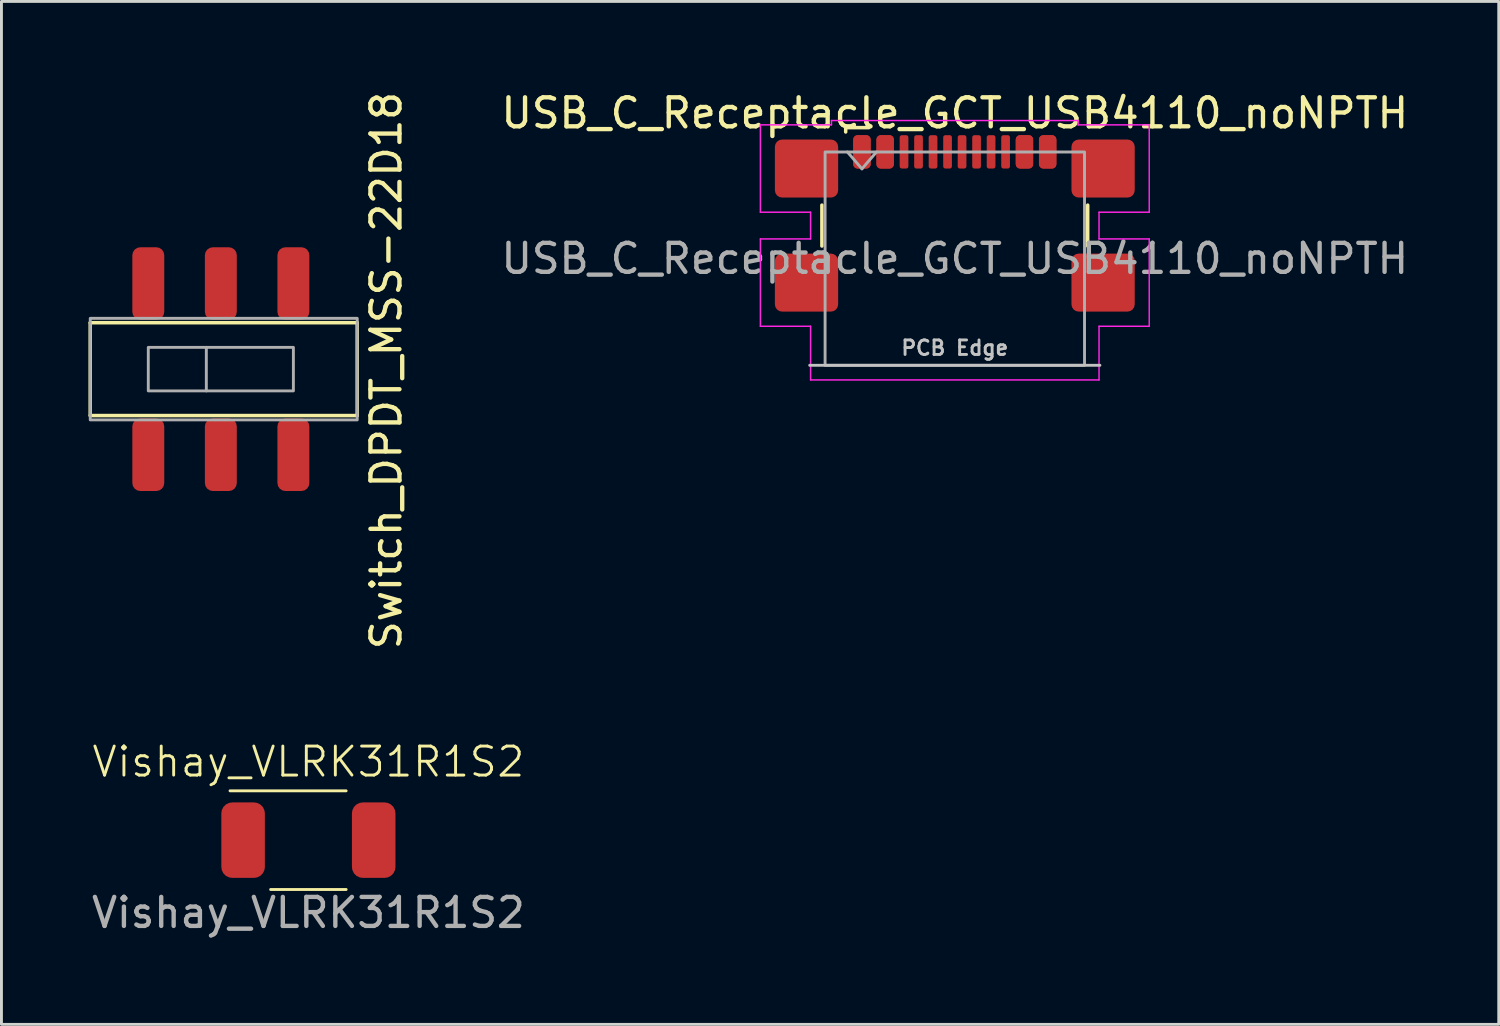
<source format=kicad_pcb>
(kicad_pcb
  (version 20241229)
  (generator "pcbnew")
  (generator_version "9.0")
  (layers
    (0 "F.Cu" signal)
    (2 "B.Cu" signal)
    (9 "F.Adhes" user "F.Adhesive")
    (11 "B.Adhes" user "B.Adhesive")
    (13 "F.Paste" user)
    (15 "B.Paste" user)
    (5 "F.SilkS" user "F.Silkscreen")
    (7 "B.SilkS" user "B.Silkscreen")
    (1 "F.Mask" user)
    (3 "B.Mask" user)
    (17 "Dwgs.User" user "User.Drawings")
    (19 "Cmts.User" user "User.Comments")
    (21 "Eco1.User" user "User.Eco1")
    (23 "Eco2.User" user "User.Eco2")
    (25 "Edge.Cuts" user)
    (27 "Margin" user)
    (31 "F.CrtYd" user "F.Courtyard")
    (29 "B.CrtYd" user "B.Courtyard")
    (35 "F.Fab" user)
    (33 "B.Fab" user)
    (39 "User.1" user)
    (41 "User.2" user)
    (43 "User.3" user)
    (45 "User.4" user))
  (footprint "Vishay_VLRK31R1S2"
    (layer "F.Cu")
    (at 7.577 25.901)
    (property "Reference" "Vishay_VLRK31R1S2" (at 0 -2.7 0) (unlocked yes) (layer "F.SilkS") (effects (font (size 1 1) (thickness 0.1))))
    (attr smd)
    (fp_circle (center 0 0) (end 1.2 0) (stroke (width 0.1) (type solid)) (fill yes) (layer "F.Mask"))
    (fp_circle (center 0 0) (end 1.2 0) (stroke (width 0.1) (type solid)) (fill yes) (layer "B.Mask"))
    (fp_line (start -2.7 -1.7) (end 1.3 -1.7) (stroke (width 0.1) (type default)) (layer "F.SilkS"))
    (fp_line (start 1.3 1.7) (end -1.3 1.7) (stroke (width 0.1) (type default)) (layer "F.SilkS"))
    (fp_text user "${REFERENCE}" (at 0 2.5 0) (unlocked yes) (layer "F.Fab") (effects (font (size 1 1) (thickness 0.15))))
    (pad "1" smd roundrect (at -2.25 0) (size 1.5 2.6) (layers "F.Cu" "F.Mask" "F.Paste") (roundrect_rratio 0.25))
    (pad "2" smd roundrect (at 2.25 0) (size 1.5 2.6) (layers "F.Cu" "F.Mask" "F.Paste") (roundrect_rratio 0.25))
    (zone (net_name "") (layers "F.Cu" "B.Cu") (hatch edge 0.5) (connect_pads) (min_thickness 0.25) (filled_areas_thickness no) (keepout (tracks allowed) (vias allowed) (pads allowed) (copperpour not_allowed) (footprints allowed)) (placement (enabled no)) (fill) (polygon (pts (xy 9.172 25.775) (xy 9.133 25.527) (xy 9.056 25.289) (xy 8.942 25.065) (xy 8.794 24.862) (xy 8.616 24.684) (xy 8.413 24.537) (xy 8.19 24.423) (xy 7.951 24.345) (xy 7.703 24.306) (xy 7.452 24.306) (xy 7.204 24.345) (xy 6.965 24.423) (xy 6.741 24.537) (xy 6.538 24.684) (xy 6.361 24.862) (xy 6.213 25.065) (xy 6.099 25.289) (xy 6.022 25.527) (xy 5.982 25.775) (xy 5.982 26.027) (xy 6.022 26.274) (xy 6.099 26.513) (xy 6.213 26.737) (xy 6.361 26.94) (xy 6.538 27.118) (xy 6.741 27.265) (xy 6.965 27.379) (xy 7.204 27.457) (xy 7.452 27.496) (xy 7.703 27.496) (xy 7.951 27.457) (xy 8.19 27.379) (xy 8.413 27.265) (xy 8.616 27.118) (xy 8.794 26.94) (xy 8.942 26.737) (xy 9.056 26.513) (xy 9.133 26.274) (xy 9.172 26.027)))))
  (footprint "Switch_DPDT_MSS-22D18"
    (layer "F.Cu")
    (at 2.06 6.72)
    (property "Reference" "Switch_DPDT_MSS-22D18" (at 8.2 3 90) (unlocked yes) (layer "F.SilkS") (effects (font (size 1 1) (thickness 0.15))))
    (attr smd)
    (fp_line (start -2 4.55) (end -2 1.35) (stroke (width 0.12) (type solid)) (layer "F.SilkS"))
    (fp_line (start 7.2 1.35) (end -2 1.35) (stroke (width 0.12) (type solid)) (layer "F.SilkS"))
    (fp_line (start 7.2 1.35) (end 7.2 4.55) (stroke (width 0.12) (type solid)) (layer "F.SilkS"))
    (fp_line (start 7.2 4.55) (end -2 4.55) (stroke (width 0.12) (type solid)) (layer "F.SilkS"))
    (fp_line (start 2 3.7) (end 2 2.2) (stroke (width 0.1) (type solid)) (layer "F.Fab"))
    (fp_rect (start -2 1.2) (end 7.2 4.7) (stroke (width 0.1) (type solid)) (fill no) (layer "F.Fab"))
    (fp_rect (start 0 2.2) (end 5 3.7) (stroke (width 0.1) (type solid)) (fill no) (layer "F.Fab"))
    (pad "1" smd roundrect (at 0 0) (size 1.1 2.5) (layers "F.Cu" "F.Mask" "F.Paste") (roundrect_rratio 0.25))
    (pad "2" smd roundrect (at 2.5 0) (size 1.1 2.5) (layers "F.Cu" "F.Mask" "F.Paste") (roundrect_rratio 0.25))
    (pad "3" smd roundrect (at 5 0) (size 1.1 2.5) (layers "F.Cu" "F.Mask" "F.Paste") (roundrect_rratio 0.25))
    (pad "4" smd roundrect (at 0 5.9) (size 1.1 2.5) (layers "F.Cu" "F.Mask" "F.Paste") (roundrect_rratio 0.25))
    (pad "5" smd roundrect (at 2.5 5.9) (size 1.1 2.5) (layers "F.Cu" "F.Mask" "F.Paste") (roundrect_rratio 0.25))
    (pad "6" smd roundrect (at 5 5.9) (size 1.1 2.5) (layers "F.Cu" "F.Mask" "F.Paste") (roundrect_rratio 0.25)))
  (footprint "USB_C_Receptacle_GCT_USB4110_noNPTH"
    (layer "F.Cu")
    (at 29.852 5.863)
    (property "Reference" "USB_C_Receptacle_GCT_USB4110_noNPTH" (at 0 -5.015 0) (unlocked yes) (layer "F.SilkS") (effects (font (size 1 1) (thickness 0.15))))
    (attr smd)
    (fp_line (start -4.58 -0.435) (end -4.58 -1.845) (stroke (width 0.12) (type default)) (layer "F.SilkS"))
    (fp_line (start -3.76 -4.515) (end -3.76 -4.365) (stroke (width 0.12) (type default)) (layer "F.SilkS"))
    (fp_line (start -2.96 -4.515) (end -3.76 -4.515) (stroke (width 0.12) (type default)) (layer "F.SilkS"))
    (fp_line (start 4.58 -0.435) (end 4.58 -1.845) (stroke (width 0.12) (type default)) (layer "F.SilkS"))
    (fp_line (start -5 3.675) (end 5 3.675) (stroke (width 0.1) (type default)) (layer "Dwgs.User"))
    (fp_line (start -6.7 -4.61) (end -4.25 -4.61) (stroke (width 0.05) (type default)) (layer "F.CrtYd"))
    (fp_line (start -6.7 -1.6) (end -6.7 -4.61) (stroke (width 0.05) (type default)) (layer "F.CrtYd"))
    (fp_line (start -6.7 -0.68) (end -4.97 -0.68) (stroke (width 0.05) (type default)) (layer "F.CrtYd"))
    (fp_line (start -6.7 2.33) (end -6.7 -0.68) (stroke (width 0.05) (type default)) (layer "F.CrtYd"))
    (fp_line (start -4.97 -1.6) (end -6.7 -1.6) (stroke (width 0.05) (type default)) (layer "F.CrtYd"))
    (fp_line (start -4.97 -0.68) (end -4.97 -1.6) (stroke (width 0.05) (type default)) (layer "F.CrtYd"))
    (fp_line (start -4.97 2.33) (end -6.7 2.33) (stroke (width 0.05) (type default)) (layer "F.CrtYd"))
    (fp_line (start -4.97 4.18) (end -4.97 2.33) (stroke (width 0.05) (type default)) (layer "F.CrtYd"))
    (fp_line (start -4.25 -4.76) (end 4.25 -4.76) (stroke (width 0.05) (type default)) (layer "F.CrtYd"))
    (fp_line (start -4.25 -4.61) (end -4.25 -4.76) (stroke (width 0.05) (type default)) (layer "F.CrtYd"))
    (fp_line (start 4.25 -4.76) (end 4.25 -4.61) (stroke (width 0.05) (type default)) (layer "F.CrtYd"))
    (fp_line (start 4.25 -4.61) (end 6.7 -4.61) (stroke (width 0.05) (type default)) (layer "F.CrtYd"))
    (fp_line (start 4.97 -1.6) (end 4.97 -0.68) (stroke (width 0.05) (type default)) (layer "F.CrtYd"))
    (fp_line (start 4.97 -0.68) (end 6.7 -0.68) (stroke (width 0.05) (type default)) (layer "F.CrtYd"))
    (fp_line (start 4.97 2.33) (end 4.97 4.18) (stroke (width 0.05) (type default)) (layer "F.CrtYd"))
    (fp_line (start 4.97 4.18) (end -4.97 4.18) (stroke (width 0.05) (type default)) (layer "F.CrtYd"))
    (fp_line (start 6.7 -4.61) (end 6.7 -1.6) (stroke (width 0.05) (type default)) (layer "F.CrtYd"))
    (fp_line (start 6.7 -1.6) (end 4.97 -1.6) (stroke (width 0.05) (type default)) (layer "F.CrtYd"))
    (fp_line (start 6.7 -0.68) (end 6.7 2.33) (stroke (width 0.05) (type default)) (layer "F.CrtYd"))
    (fp_line (start 6.7 2.33) (end 4.97 2.33) (stroke (width 0.05) (type default)) (layer "F.CrtYd"))
    (fp_line (start -3.7 -3.675) (end -3.2 -3.095) (stroke (width 0.1) (type default)) (layer "F.Fab"))
    (fp_line (start -3.2 -3.095) (end -2.7 -3.675) (stroke (width 0.1) (type default)) (layer "F.Fab"))
    (fp_rect (start -4.47 -3.675) (end 4.47 3.675) (stroke (width 0.1) (type default)) (fill no) (layer "F.Fab"))
    (fp_text user "PCB Edge" (at 0 3.075 0) (unlocked yes) (layer "Dwgs.User") (effects (font (size 0.5 0.5) (thickness 0.1) (bold yes))))
    (fp_text user "${REFERENCE}" (at 0 0 0) (unlocked yes) (layer "F.Fab") (effects (font (size 1 1) (thickness 0.15))))
    (pad "A1" smd roundrect (at -3.2 -3.68) (size 0.6 1.15) (layers "F.Cu" "F.Mask" "F.Paste") (roundrect_rratio 0.25))
    (pad "A4" smd roundrect (at -2.4 -3.68) (size 0.6 1.15) (layers "F.Cu" "F.Mask" "F.Paste") (roundrect_rratio 0.25))
    (pad "A5" smd roundrect (at -1.25 -3.68) (size 0.3 1.15) (layers "F.Cu" "F.Mask" "F.Paste") (roundrect_rratio 0.25))
    (pad "A6" smd roundrect (at -0.25 -3.68) (size 0.3 1.15) (layers "F.Cu" "F.Mask" "F.Paste") (roundrect_rratio 0.25))
    (pad "A7" smd roundrect (at 0.25 -3.68) (size 0.3 1.15) (layers "F.Cu" "F.Mask" "F.Paste") (roundrect_rratio 0.25))
    (pad "A8" smd roundrect (at 1.25 -3.68) (size 0.3 1.15) (layers "F.Cu" "F.Mask" "F.Paste") (roundrect_rratio 0.25))
    (pad "A9" smd roundrect (at 2.4 -3.68) (size 0.6 1.15) (layers "F.Cu" "F.Mask" "F.Paste") (roundrect_rratio 0.25))
    (pad "A12" smd roundrect (at 3.2 -3.68) (size 0.6 1.15) (layers "F.Cu" "F.Mask" "F.Paste") (roundrect_rratio 0.25))
    (pad "B1" smd roundrect (at 3.2 -3.68) (size 0.6 1.15) (layers "F.Cu" "F.Mask" "F.Paste") (roundrect_rratio 0.25))
    (pad "B4" smd roundrect (at 2.4 -3.68) (size 0.6 1.15) (layers "F.Cu" "F.Mask" "F.Paste") (roundrect_rratio 0.25))
    (pad "B5" smd roundrect (at 1.75 -3.68) (size 0.3 1.15) (layers "F.Cu" "F.Mask" "F.Paste") (roundrect_rratio 0.25))
    (pad "B6" smd roundrect (at 0.75 -3.68) (size 0.3 1.15) (layers "F.Cu" "F.Mask" "F.Paste") (roundrect_rratio 0.25))
    (pad "B7" smd roundrect (at -0.75 -3.68) (size 0.3 1.15) (layers "F.Cu" "F.Mask" "F.Paste") (roundrect_rratio 0.25))
    (pad "B8" smd roundrect (at -1.75 -3.68) (size 0.3 1.15) (layers "F.Cu" "F.Mask" "F.Paste") (roundrect_rratio 0.25))
    (pad "B9" smd roundrect (at -2.4 -3.68) (size 0.6 1.15) (layers "F.Cu" "F.Mask" "F.Paste") (roundrect_rratio 0.25))
    (pad "B12" smd roundrect (at -3.2 -3.68) (size 0.6 1.15) (layers "F.Cu" "F.Mask" "F.Paste") (roundrect_rratio 0.25))
    (pad "S1" smd roundrect (at -5.11 -3.105) (size 2.18 2) (layers "F.Cu" "F.Mask" "F.Paste") (roundrect_rratio 0.125))
    (pad "S1" smd roundrect (at -5.11 0.825) (size 2.18 2) (layers "F.Cu" "F.Mask" "F.Paste") (roundrect_rratio 0.125))
    (pad "S1" smd roundrect (at 5.11 -3.105) (size 2.18 2) (layers "F.Cu" "F.Mask" "F.Paste") (roundrect_rratio 0.125))
    (pad "S1" smd roundrect (at 5.11 0.825) (size 2.18 2) (layers "F.Cu" "F.Mask" "F.Paste") (roundrect_rratio 0.125)))
  (gr_rect
    (start -3 -3)
    (end 48.596 32.249)
    (stroke (width 0.1) (type default))
    (fill no)
    (layer "Edge.Cuts")))
</source>
